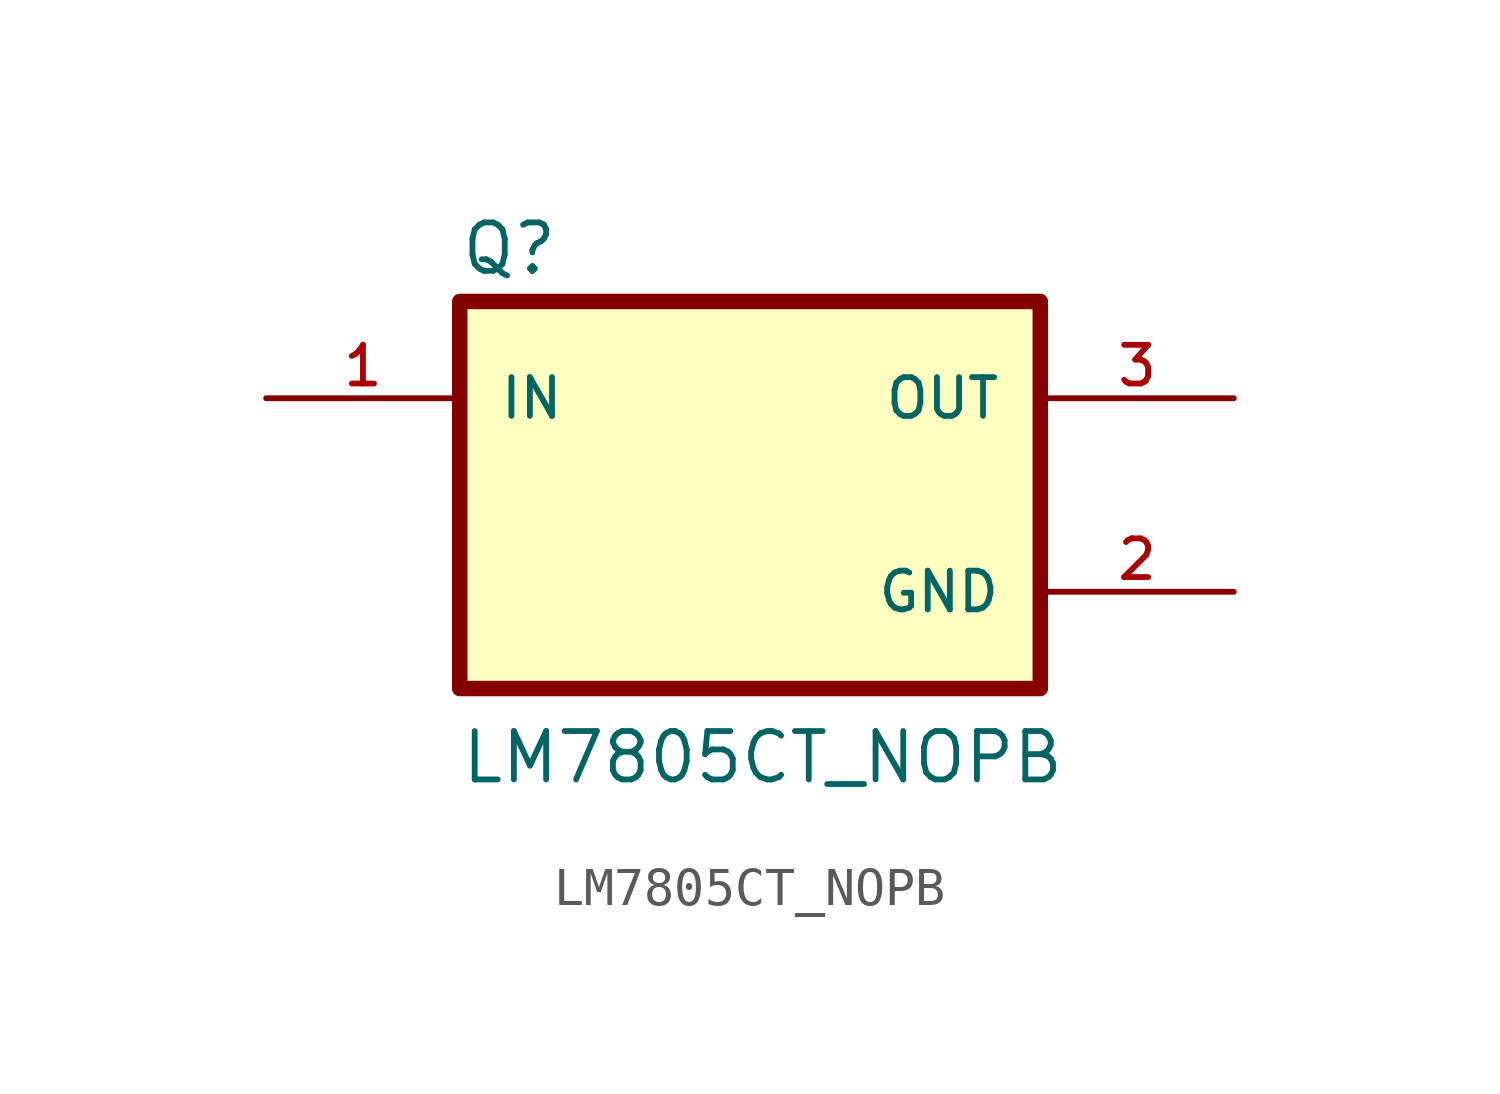
<source format=kicad_sym>
(kicad_symbol_lib
  (version 20211014)
  (generator kicad_symbol_editor)
  (symbol "LM7805CT_NOPB"
    (pin_names
      (offset 1.016))
    (property "Reference" "Q"
      (at -7.627 5.721 0.0)
      (effects (font (size 1.27 1.27)) (justify bottom left)))
    (property "Value" "LM7805CT_NOPB"
      (at -7.629 -7.629 0.0)
      (effects (font (size 1.27 1.27)) (justify bottom left)))
    (symbol "LM7805CT_NOPB_0_0"
      (rectangle (start -7.62 -5.08) (end 7.62 5.08) (stroke (width 0.406)) (fill (type background)))
      (pin input line (at -12.7 2.54 0) (length 5.08) (name "IN" (effects (font (size 1.016 1.016)))) (number "1" (effects (font (size 1.016 1.016)))))
      (pin power_in line (at 12.7 -2.54 180.0) (length 5.08) (name "GND" (effects (font (size 1.016 1.016)))) (number "2" (effects (font (size 1.016 1.016)))))
      (pin output line (at 12.7 2.54 180.0) (length 5.08) (name "OUT" (effects (font (size 1.016 1.016)))) (number "3" (effects (font (size 1.016 1.016))))))))
</source>
